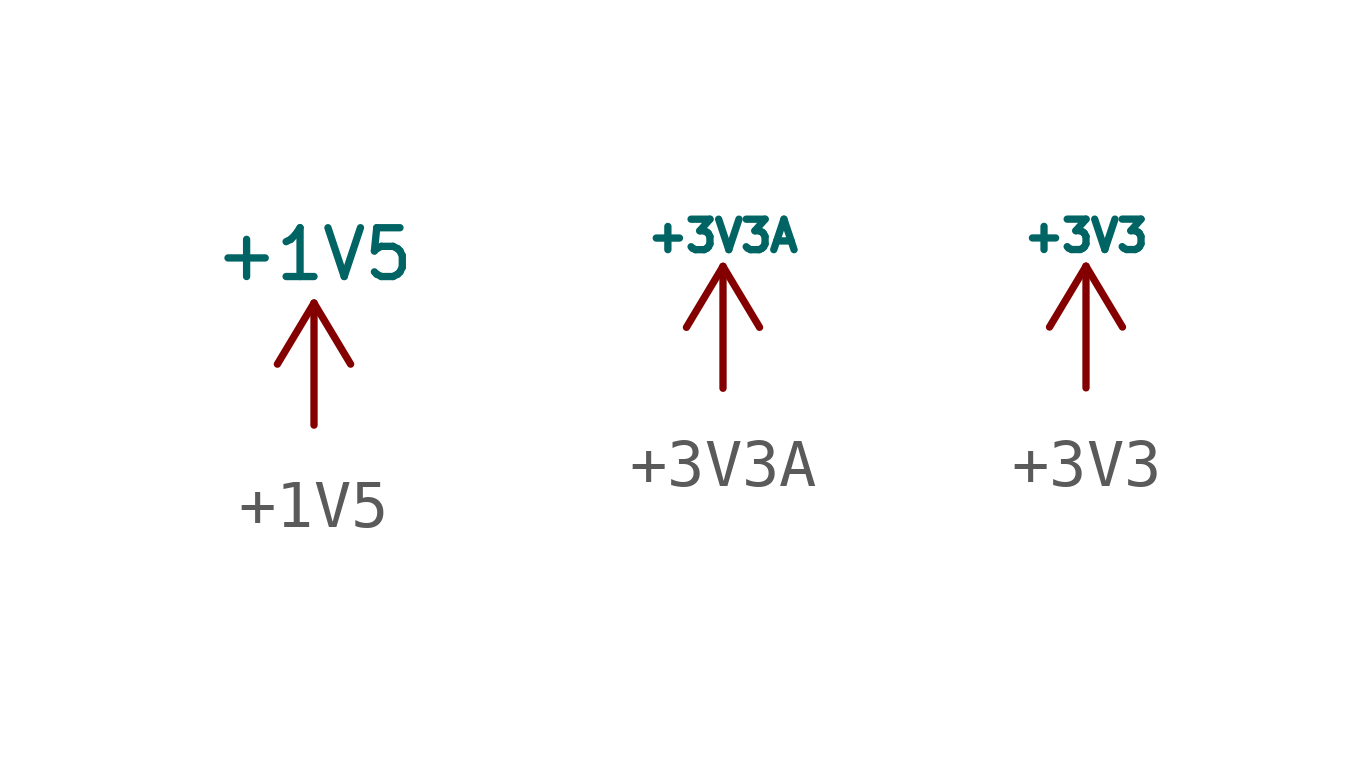
<source format=kicad_sym>
(kicad_symbol_lib
  (version 20220914)
  (generator kicad_symbol_editor)
  (symbol "+1V5"
    (power)
    (pin_names
      (offset 0))
    (property "Reference" "#PWR"
      (at 0 -3.81 0)
      (effects (font (size 1.27 1.27)) hide))
    (property "Value" "+1V5"
      (at 0 3.556 0)
      (effects (font (size 1.016 1.016))))
    (symbol "+1V5_0_1"
      (polyline (pts (xy -0.762 1.27) (xy 0 2.54)) (stroke (width 0) (type solid)) (fill (type none)))
      (polyline (pts (xy 0 0) (xy 0 2.54)) (stroke (width 0) (type solid)) (fill (type none)))
      (polyline (pts (xy 0 2.54) (xy 0.762 1.27)) (stroke (width 0) (type solid)) (fill (type none))))
    (symbol "+1V5_1_1"
      (pin power_in line (at 0 0 90) (length 0) hide (name "+1V5" (effects (font (size 1.27 1.27)))) (number "1" (effects (font (size 1.27 1.27)))))))
  (symbol "+3V3A"
    (power)
    (pin_names
      (offset 0))
    (property "Reference" "#PWR"
      (at 0 -3.81 0)
      (effects (font (size 1.27 1.27)) hide))
    (property "Value" "+3V3A"
      (at 0 3.175 0)
      (effects (font (size 0.635 0.635))))
    (symbol "+3V3A_0_1"
      (polyline (pts (xy -0.762 1.27) (xy 0 2.54)) (stroke (width 0) (type default)) (fill (type none)))
      (polyline (pts (xy 0 0) (xy 0 2.54)) (stroke (width 0) (type default)) (fill (type none)))
      (polyline (pts (xy 0 2.54) (xy 0.762 1.27)) (stroke (width 0) (type default)) (fill (type none))))
    (symbol "+3V3A_1_1"
      (pin power_in line (at 0 0 90) (length 0) hide (name "+3V3A" (effects (font (size 1.27 1.27)))) (number "1" (effects (font (size 1.27 1.27)))))))
  (symbol "+3V3"
    (power)
    (pin_names
      (offset 0))
    (property "Reference" "#PWR"
      (at 0 -3.81 0)
      (effects (font (size 1.27 1.27)) hide))
    (property "Value" "+3V3"
      (at 0 3.175 0)
      (effects (font (size 0.635 0.635))))
    (symbol "+3V3_0_1"
      (polyline (pts (xy -0.762 1.27) (xy 0 2.54)) (stroke (width 0) (type default)) (fill (type none)))
      (polyline (pts (xy 0 0) (xy 0 2.54)) (stroke (width 0) (type default)) (fill (type none)))
      (polyline (pts (xy 0 2.54) (xy 0.762 1.27)) (stroke (width 0) (type default)) (fill (type none))))
    (symbol "+3V3_1_1"
      (pin power_in line (at 0 0 90) (length 0) hide (name "+3V3" (effects (font (size 1.27 1.27)))) (number "1" (effects (font (size 1.27 1.27))))))))
</source>
